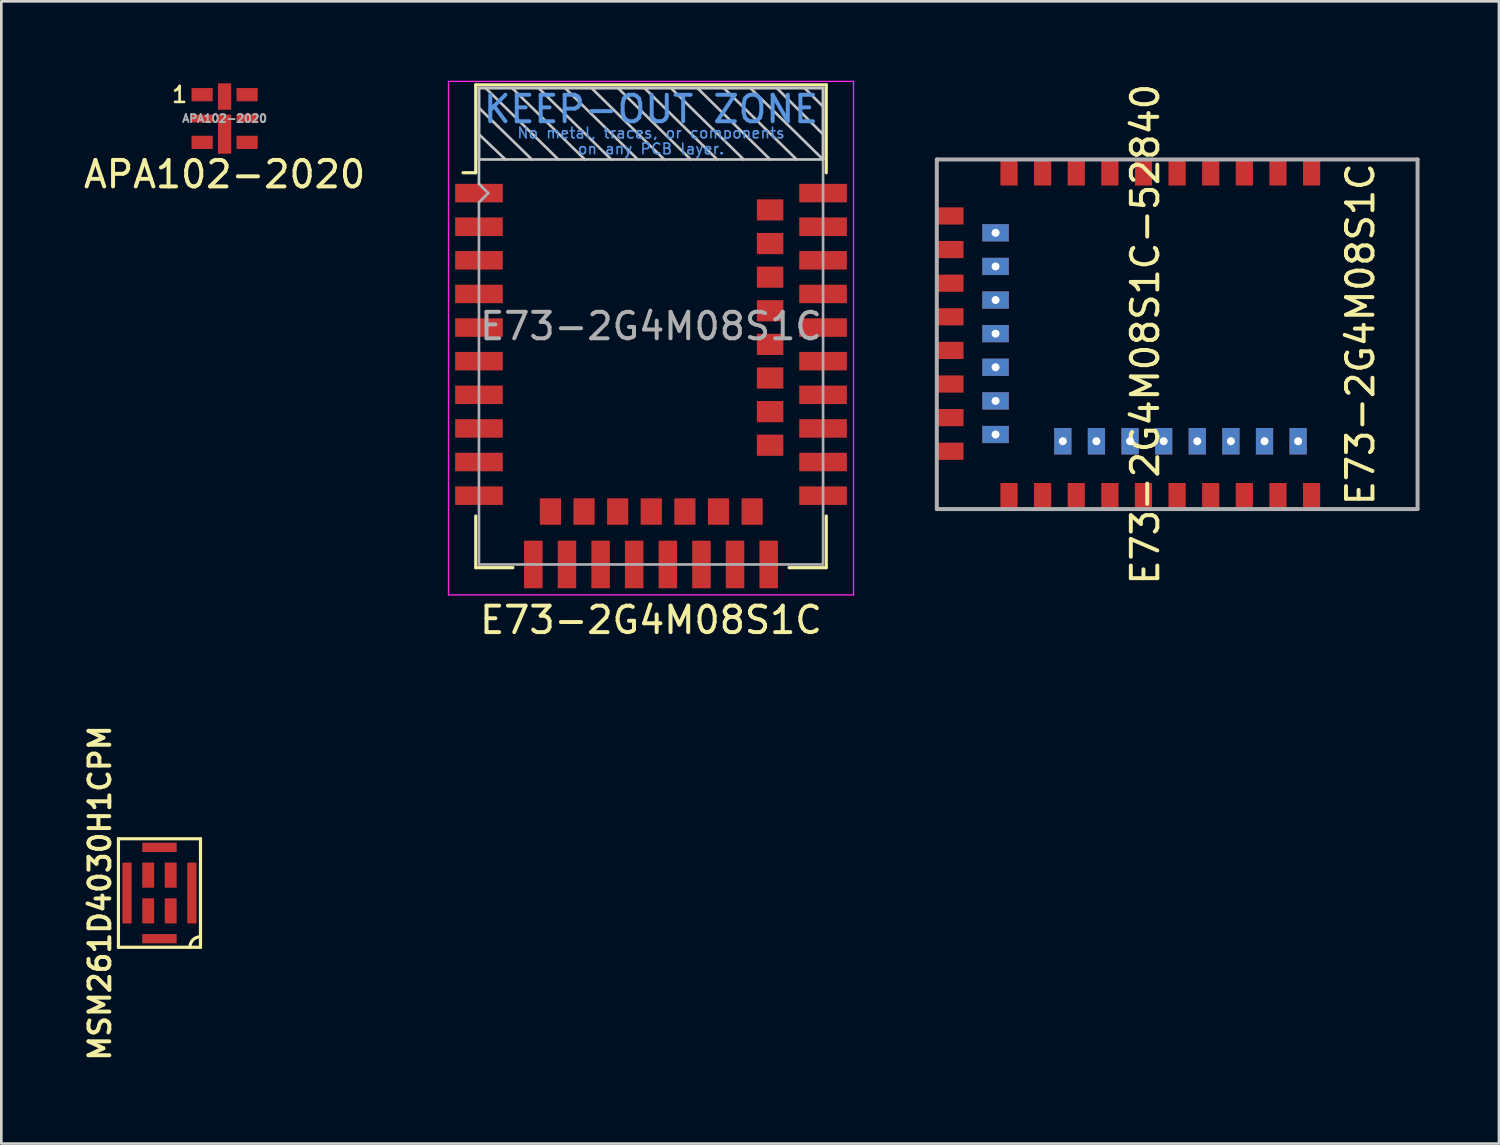
<source format=kicad_pcb>
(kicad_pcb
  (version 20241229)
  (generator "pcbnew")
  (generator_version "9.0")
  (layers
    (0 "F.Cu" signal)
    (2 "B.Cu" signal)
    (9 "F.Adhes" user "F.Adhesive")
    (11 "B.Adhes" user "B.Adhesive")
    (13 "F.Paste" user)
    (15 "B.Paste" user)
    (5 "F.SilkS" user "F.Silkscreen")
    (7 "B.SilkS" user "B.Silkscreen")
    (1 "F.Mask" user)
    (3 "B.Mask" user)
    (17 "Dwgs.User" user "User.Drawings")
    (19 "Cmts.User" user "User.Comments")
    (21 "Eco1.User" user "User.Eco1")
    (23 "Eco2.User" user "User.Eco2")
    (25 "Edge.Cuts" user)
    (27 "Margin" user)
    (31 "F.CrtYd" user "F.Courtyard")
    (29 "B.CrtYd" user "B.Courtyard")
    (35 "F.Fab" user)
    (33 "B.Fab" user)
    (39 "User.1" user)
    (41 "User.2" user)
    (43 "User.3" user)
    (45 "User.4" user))
  (footprint "E73-2G4M08S1C"
    (layer "F.Cu")
    (at 21.544 9.325)
    (property "Reference" "E73-2G4M08S1C" (at 0 11.05 0) (layer "F.SilkS") (effects (font (size 1 1) (thickness 0.15))))
    (attr smd)
    (fp_line (start -6.62 -9.17) (end -6.62 -5.85) (stroke (width 0.12) (type solid)) (layer "F.SilkS"))
    (fp_line (start -6.62 -5.85) (end -7.1 -5.85) (stroke (width 0.12) (type solid)) (layer "F.SilkS"))
    (fp_line (start -6.62 9.07) (end -6.62 7.12) (stroke (width 0.12) (type solid)) (layer "F.SilkS"))
    (fp_line (start -6.62 9.07) (end -5.215 9.07) (stroke (width 0.12) (type solid)) (layer "F.SilkS"))
    (fp_line (start 6.62 -9.17) (end -6.62 -9.17) (stroke (width 0.12) (type solid)) (layer "F.SilkS"))
    (fp_line (start 6.62 -9.17) (end 6.62 -5.85) (stroke (width 0.12) (type solid)) (layer "F.SilkS"))
    (fp_line (start 6.62 9.07) (end 5.215 9.07) (stroke (width 0.12) (type solid)) (layer "F.SilkS"))
    (fp_line (start 6.62 9.07) (end 6.62 7.12) (stroke (width 0.12) (type solid)) (layer "F.SilkS"))
    (fp_line (start -6.5 -9.05) (end 6.5 -9.05) (stroke (width 0.1) (type solid)) (layer "Dwgs.User"))
    (fp_line (start -6.5 -8.3) (end -4.5 -6.35) (stroke (width 0.1) (type solid)) (layer "Dwgs.User"))
    (fp_line (start -6.5 -5.43) (end -6.5 -9.05) (stroke (width 0.1) (type solid)) (layer "Dwgs.User"))
    (fp_line (start -5.5 -6.35) (end -6.5 -7.3) (stroke (width 0.1) (type solid)) (layer "Dwgs.User"))
    (fp_line (start -5.25 -9.05) (end -2.5 -6.35) (stroke (width 0.1) (type solid)) (layer "Dwgs.User"))
    (fp_line (start -3.5 -6.35) (end -6.25 -9.05) (stroke (width 0.1) (type solid)) (layer "Dwgs.User"))
    (fp_line (start -3.25 -9.05) (end -0.5 -6.35) (stroke (width 0.1) (type solid)) (layer "Dwgs.User"))
    (fp_line (start -1.5 -6.35) (end -4.25 -9.05) (stroke (width 0.1) (type solid)) (layer "Dwgs.User"))
    (fp_line (start -1.25 -9.05) (end 1.5 -6.35) (stroke (width 0.1) (type solid)) (layer "Dwgs.User"))
    (fp_line (start 0.5 -6.35) (end -2.25 -9.05) (stroke (width 0.1) (type solid)) (layer "Dwgs.User"))
    (fp_line (start 0.75 -9.05) (end 3.5 -6.35) (stroke (width 0.1) (type solid)) (layer "Dwgs.User"))
    (fp_line (start 2.5 -6.35) (end -0.25 -9.05) (stroke (width 0.1) (type solid)) (layer "Dwgs.User"))
    (fp_line (start 2.75 -9.05) (end 5.5 -6.35) (stroke (width 0.1) (type solid)) (layer "Dwgs.User"))
    (fp_line (start 4.5 -6.35) (end 1.75 -9.05) (stroke (width 0.1) (type solid)) (layer "Dwgs.User"))
    (fp_line (start 4.75 -9.05) (end 6.5 -7.3) (stroke (width 0.1) (type solid)) (layer "Dwgs.User"))
    (fp_line (start 5.8 -9.05) (end 6.5 -8.35) (stroke (width 0.1) (type solid)) (layer "Dwgs.User"))
    (fp_line (start 6.5 -9.05) (end 6.5 -6.35) (stroke (width 0.1) (type solid)) (layer "Dwgs.User"))
    (fp_line (start 6.5 -6.35) (end -6.5 -6.35) (stroke (width 0.1) (type solid)) (layer "Dwgs.User"))
    (fp_line (start 6.5 -6.35) (end 3.75 -9.05) (stroke (width 0.1) (type solid)) (layer "Dwgs.User"))
    (fp_line (start -7.65 -9.3) (end -7.65 10.1) (stroke (width 0.05) (type solid)) (layer "F.CrtYd"))
    (fp_line (start -7.65 10.1) (end 7.65 10.1) (stroke (width 0.05) (type solid)) (layer "F.CrtYd"))
    (fp_line (start 7.65 -9.3) (end -7.65 -9.3) (stroke (width 0.05) (type solid)) (layer "F.CrtYd"))
    (fp_line (start 7.65 10.1) (end 7.65 -9.3) (stroke (width 0.05) (type solid)) (layer "F.CrtYd"))
    (fp_line (start -6.5 -6.35) (end -6.5 -9.05) (stroke (width 0.1) (type solid)) (layer "F.Fab"))
    (fp_line (start -6.5 -5.43) (end -6.15 -5.08) (stroke (width 0.1) (type solid)) (layer "F.Fab"))
    (fp_line (start -6.5 -4.73) (end -6.5 8.95) (stroke (width 0.1) (type solid)) (layer "F.Fab"))
    (fp_line (start -6.5 8.95) (end 6.5 8.95) (stroke (width 0.1) (type solid)) (layer "F.Fab"))
    (fp_line (start -6.15 -5.08) (end -6.5 -4.73) (stroke (width 0.1) (type solid)) (layer "F.Fab"))
    (fp_line (start 6.5 -9.05) (end -6.5 -9.05) (stroke (width 0.1) (type solid)) (layer "F.Fab"))
    (fp_line (start 6.5 8.95) (end 6.5 -9.05) (stroke (width 0.1) (type solid)) (layer "F.Fab"))
    (fp_text user "KEEP-OUT ZONE" (at 0 -8.25 0) (layer "Cmts.User") (effects (font (size 1 1) (thickness 0.15))))
    (fp_text user "No metal, traces, or components" (at 0 -7.35 0) (layer "Cmts.User") (effects (font (size 0.4 0.4) (thickness 0.06))))
    (fp_text user "on any PCB layer." (at 0 -6.75 0) (layer "Cmts.User") (effects (font (size 0.4 0.4) (thickness 0.06))))
    (fp_text user "${REFERENCE}" (at 0 -0.05 0) (layer "F.Fab") (effects (font (size 1 1) (thickness 0.15))))
    (pad "1" smd rect (at -6.5 -5.08) (size 1.8 0.7) (layers "F.Cu" "F.Mask" "F.Paste"))
    (pad "2" smd rect (at -6.5 -3.81) (size 1.8 0.7) (layers "F.Cu" "F.Mask" "F.Paste"))
    (pad "3" smd rect (at -6.5 -2.54) (size 1.8 0.7) (layers "F.Cu" "F.Mask" "F.Paste"))
    (pad "4" smd rect (at -6.5 -1.27) (size 1.8 0.7) (layers "F.Cu" "F.Mask" "F.Paste"))
    (pad "5" smd rect (at -6.5 0) (size 1.8 0.7) (layers "F.Cu" "F.Mask" "F.Paste"))
    (pad "6" smd rect (at -6.5 1.27) (size 1.8 0.7) (layers "F.Cu" "F.Mask" "F.Paste"))
    (pad "7" smd rect (at -6.5 2.54) (size 1.8 0.7) (layers "F.Cu" "F.Mask" "F.Paste"))
    (pad "8" smd rect (at -6.5 3.81) (size 1.8 0.7) (layers "F.Cu" "F.Mask" "F.Paste"))
    (pad "9" smd rect (at -6.5 5.08) (size 1.8 0.7) (layers "F.Cu" "F.Mask" "F.Paste"))
    (pad "10" smd rect (at -6.5 6.35) (size 1.8 0.7) (layers "F.Cu" "F.Mask" "F.Paste"))
    (pad "11" smd rect (at -4.445 8.95) (size 0.7 1.8) (layers "F.Cu" "F.Mask" "F.Paste"))
    (pad "12" smd rect (at -3.8 6.95) (size 0.8 1) (layers "F.Cu" "F.Mask" "F.Paste"))
    (pad "13" smd rect (at -3.175 8.95) (size 0.7 1.8) (layers "F.Cu" "F.Mask" "F.Paste"))
    (pad "14" smd rect (at -2.53 6.95) (size 0.8 1) (layers "F.Cu" "F.Mask" "F.Paste"))
    (pad "15" smd rect (at -1.905 8.95) (size 0.7 1.8) (layers "F.Cu" "F.Mask" "F.Paste"))
    (pad "16" smd rect (at -1.26 6.95) (size 0.8 1) (layers "F.Cu" "F.Mask" "F.Paste"))
    (pad "17" smd rect (at -0.635 8.95) (size 0.7 1.8) (layers "F.Cu" "F.Mask" "F.Paste"))
    (pad "18" smd rect (at 0.01 6.95) (size 0.8 1) (layers "F.Cu" "F.Mask" "F.Paste"))
    (pad "19" smd rect (at 0.635 8.95) (size 0.7 1.8) (layers "F.Cu" "F.Mask" "F.Paste"))
    (pad "20" smd rect (at 1.28 6.95) (size 0.8 1) (layers "F.Cu" "F.Mask" "F.Paste"))
    (pad "21" smd rect (at 1.905 8.95) (size 0.7 1.8) (layers "F.Cu" "F.Mask" "F.Paste"))
    (pad "22" smd rect (at 2.55 6.95) (size 0.8 1) (layers "F.Cu" "F.Mask" "F.Paste"))
    (pad "23" smd rect (at 3.175 8.95) (size 0.7 1.8) (layers "F.Cu" "F.Mask" "F.Paste"))
    (pad "24" smd rect (at 3.82 6.95) (size 0.8 1) (layers "F.Cu" "F.Mask" "F.Paste"))
    (pad "25" smd rect (at 4.445 8.95) (size 0.7 1.8) (layers "F.Cu" "F.Mask" "F.Paste"))
    (pad "26" smd rect (at 6.5 6.35) (size 1.8 0.7) (layers "F.Cu" "F.Mask" "F.Paste"))
    (pad "27" smd rect (at 6.5 5.08) (size 1.8 0.7) (layers "F.Cu" "F.Mask" "F.Paste"))
    (pad "28" smd rect (at 4.5 4.445) (size 1 0.8) (layers "F.Cu" "F.Mask" "F.Paste"))
    (pad "29" smd rect (at 6.5 3.81) (size 1.8 0.7) (layers "F.Cu" "F.Mask" "F.Paste"))
    (pad "30" smd rect (at 4.5 3.175) (size 1 0.8) (layers "F.Cu" "F.Mask" "F.Paste"))
    (pad "31" smd rect (at 6.5 2.54) (size 1.8 0.7) (layers "F.Cu" "F.Mask" "F.Paste"))
    (pad "32" smd rect (at 4.5 1.905) (size 1 0.8) (layers "F.Cu" "F.Mask" "F.Paste"))
    (pad "33" smd rect (at 6.5 1.27) (size 1.8 0.7) (layers "F.Cu" "F.Mask" "F.Paste"))
    (pad "34" smd rect (at 4.5 0.635) (size 1 0.8) (layers "F.Cu" "F.Mask" "F.Paste"))
    (pad "35" smd rect (at 6.5 0) (size 1.8 0.7) (layers "F.Cu" "F.Mask" "F.Paste"))
    (pad "36" smd rect (at 4.5 -0.635) (size 1 0.8) (layers "F.Cu" "F.Mask" "F.Paste"))
    (pad "37" smd rect (at 6.5 -1.27) (size 1.8 0.7) (layers "F.Cu" "F.Mask" "F.Paste"))
    (pad "38" smd rect (at 4.5 -1.905) (size 1 0.8) (layers "F.Cu" "F.Mask" "F.Paste"))
    (pad "39" smd rect (at 6.5 -2.54) (size 1.8 0.7) (layers "F.Cu" "F.Mask" "F.Paste"))
    (pad "40" smd rect (at 4.5 -3.175) (size 1 0.8) (layers "F.Cu" "F.Mask" "F.Paste"))
    (pad "41" smd rect (at 6.5 -3.81) (size 1.8 0.7) (layers "F.Cu" "F.Mask" "F.Paste"))
    (pad "42" smd rect (at 4.5 -4.445) (size 1 0.8) (layers "F.Cu" "F.Mask" "F.Paste"))
    (pad "43" smd rect (at 6.5 -5.08) (size 1.8 0.7) (layers "F.Cu" "F.Mask" "F.Paste")))
  (footprint "E73-2G4M08S1C-52840"
    (layer "F.Cu")
    (at 32.469 9.578)
    (property "Reference" "E73-2G4M08S1C-52840" (at 7.747 -0.000467 270) (layer "F.SilkS") (effects (font (size 1 1) (thickness 0.15))))
    (attr through_hole)
    (fp_line (start -0.127 -6.604) (end -0.127 6.604) (stroke (width 0.15) (type solid)) (layer "F.Fab"))
    (fp_line (start -0.127 6.604) (end 18.034 6.604) (stroke (width 0.15) (type solid)) (layer "F.Fab"))
    (fp_line (start 18.034 -6.604) (end -0.127 -6.604) (stroke (width 0.15) (type solid)) (layer "F.Fab"))
    (fp_line (start 18.034 6.604) (end 18.034 -6.604) (stroke (width 0.15) (type solid)) (layer "F.Fab"))
    (fp_text user "E73-2G4M08S1C" (at 15.875 0 90) (layer "F.SilkS") (effects (font (size 1 1) (thickness 0.15))))
    (pad "1" smd rect (at 14.03 -6.119) (size 0.65 1) (layers "F.Cu" "F.Mask" "F.Paste"))
    (pad "2" smd rect (at 12.76 -6.119) (size 0.65 1) (layers "F.Cu" "F.Mask" "F.Paste"))
    (pad "3" smd rect (at 11.49 -6.119) (size 0.65 1) (layers "F.Cu" "F.Mask" "F.Paste"))
    (pad "4" smd rect (at 10.22 -6.119) (size 0.65 1) (layers "F.Cu" "F.Mask" "F.Paste"))
    (pad "5" smd rect (at 8.95 -6.119) (size 0.65 1) (layers "F.Cu" "F.Mask" "F.Paste"))
    (pad "6" smd rect (at 7.68 -6.119) (size 0.65 1) (layers "F.Cu" "F.Mask" "F.Paste"))
    (pad "7" smd rect (at 6.41 -6.119) (size 0.65 1) (layers "F.Cu" "F.Mask" "F.Paste"))
    (pad "8" smd rect (at 5.14 -6.119) (size 0.65 1) (layers "F.Cu" "F.Mask" "F.Paste"))
    (pad "9" smd rect (at 3.87 -6.119) (size 0.65 1) (layers "F.Cu" "F.Mask" "F.Paste"))
    (pad "10" smd rect (at 2.6 -6.119) (size 0.65 1) (layers "F.Cu" "F.Mask" "F.Paste"))
    (pad "11" smd rect (at 0.381 -4.47 90) (size 0.65 1) (layers "F.Cu" "F.Mask" "F.Paste"))
    (pad "12" thru_hole rect (at 2.092 -3.833 90) (size 0.65 1) (drill 0.3) (layers "*.Cu" "*.Mask"))
    (pad "13" smd rect (at 0.381 -3.2 90) (size 0.65 1) (layers "F.Cu" "F.Mask" "F.Paste"))
    (pad "14" thru_hole rect (at 2.092 -2.563 90) (size 0.65 1) (drill 0.3) (layers "*.Cu" "*.Mask"))
    (pad "15" smd rect (at 0.381 -1.93 90) (size 0.65 1) (layers "F.Cu" "F.Mask" "F.Paste"))
    (pad "16" thru_hole rect (at 2.092 -1.293 90) (size 0.65 1) (drill 0.3) (layers "*.Cu" "*.Mask"))
    (pad "17" smd rect (at 0.381 -0.66 90) (size 0.65 1) (layers "F.Cu" "F.Mask" "F.Paste"))
    (pad "18" thru_hole rect (at 2.092 -0.023 90) (size 0.65 1) (drill 0.3) (layers "*.Cu" "*.Mask"))
    (pad "19" smd rect (at 0.381 0.61 90) (size 0.65 1) (layers "F.Cu" "F.Mask" "F.Paste"))
    (pad "20" thru_hole rect (at 2.092 1.247 90) (size 0.65 1) (drill 0.3) (layers "*.Cu" "*.Mask"))
    (pad "21" smd rect (at 0.381 1.88 90) (size 0.65 1) (layers "F.Cu" "F.Mask" "F.Paste"))
    (pad "22" thru_hole rect (at 2.092 2.517 90) (size 0.65 1) (drill 0.3) (layers "*.Cu" "*.Mask"))
    (pad "23" smd rect (at 0.381 3.15 90) (size 0.65 1) (layers "F.Cu" "F.Mask" "F.Paste"))
    (pad "24" thru_hole rect (at 2.092 3.787 90) (size 0.65 1) (drill 0.3) (layers "*.Cu" "*.Mask"))
    (pad "25" smd rect (at 0.381 4.42 90) (size 0.65 1) (layers "F.Cu" "F.Mask" "F.Paste"))
    (pad "26" smd rect (at 2.6 6.119) (size 0.65 1) (layers "F.Cu" "F.Mask" "F.Paste"))
    (pad "27" smd rect (at 3.87 6.119) (size 0.65 1) (layers "F.Cu" "F.Mask" "F.Paste"))
    (pad "28" thru_hole rect (at 4.632 4.041) (size 0.65 1) (drill 0.3) (layers "*.Cu" "*.Mask"))
    (pad "29" smd rect (at 5.14 6.119) (size 0.65 1) (layers "F.Cu" "F.Mask" "F.Paste"))
    (pad "30" thru_hole rect (at 5.902 4.041) (size 0.65 1) (drill 0.3) (layers "*.Cu" "*.Mask"))
    (pad "31" smd rect (at 6.41 6.119) (size 0.65 1) (layers "F.Cu" "F.Mask" "F.Paste"))
    (pad "32" thru_hole rect (at 7.172 4.041) (size 0.65 1) (drill 0.3) (layers "*.Cu" "*.Mask"))
    (pad "33" smd rect (at 7.68 6.119) (size 0.65 1) (layers "F.Cu" "F.Mask" "F.Paste"))
    (pad "34" thru_hole rect (at 8.442 4.041) (size 0.65 1) (drill 0.3) (layers "*.Cu" "*.Mask"))
    (pad "35" smd rect (at 8.95 6.119) (size 0.65 1) (layers "F.Cu" "F.Mask" "F.Paste"))
    (pad "36" thru_hole rect (at 9.712 4.041) (size 0.65 1) (drill 0.3) (layers "*.Cu" "*.Mask"))
    (pad "37" smd rect (at 10.22 6.119) (size 0.65 1) (layers "F.Cu" "F.Mask" "F.Paste"))
    (pad "38" thru_hole rect (at 10.982 4.041) (size 0.65 1) (drill 0.3) (layers "*.Cu" "*.Mask"))
    (pad "39" smd rect (at 11.49 6.119) (size 0.65 1) (layers "F.Cu" "F.Mask" "F.Paste"))
    (pad "40" thru_hole rect (at 12.252 4.041) (size 0.65 1) (drill 0.3) (layers "*.Cu" "*.Mask"))
    (pad "41" smd rect (at 12.76 6.119) (size 0.65 1) (layers "F.Cu" "F.Mask" "F.Paste"))
    (pad "42" thru_hole rect (at 13.522 4.041) (size 0.65 1) (drill 0.3) (layers "*.Cu" "*.Mask"))
    (pad "43" smd rect (at 14.03 6.119) (size 0.65 1) (layers "F.Cu" "F.Mask" "F.Paste")))
  (footprint "MSM261D4030H1CPM"
    (layer "F.Cu")
    (at 2.974 30.687)
    (property "Reference" "MSM261D4030H1CPM" (at -2.25 0 90) (layer "F.SilkS") (effects (font (size 0.787 0.787) (thickness 0.15))))
    (attr through_hole)
    (fp_line (start -1.55 -2.05) (end -1.55 2.05) (stroke (width 0.12) (type solid)) (layer "F.SilkS"))
    (fp_line (start -1.55 -2.05) (end 1.55 -2.05) (stroke (width 0.12) (type solid)) (layer "F.SilkS"))
    (fp_line (start -1.55 2.05) (end 1.55 2.05) (stroke (width 0.12) (type solid)) (layer "F.SilkS"))
    (fp_line (start 1.55 -2.05) (end 1.55 2.05) (stroke (width 0.12) (type solid)) (layer "F.SilkS"))
    (fp_arc (start 1.15 2.05) (mid 1.267157 1.767157) (end 1.55 1.65) (stroke (width 0.12) (type solid)) (layer "F.SilkS"))
    (pad "1" smd rect (at 0.425 0.675) (size 0.45 0.95) (layers "F.Cu" "F.Mask" "F.Paste"))
    (pad "2" smd rect (at 0.425 -0.675) (size 0.45 0.95) (layers "F.Cu" "F.Mask" "F.Paste"))
    (pad "3" smd rect (at -0.425 -0.675) (size 0.45 0.95) (layers "F.Cu" "F.Mask" "F.Paste"))
    (pad "4" smd rect (at -0.425 0.675) (size 0.45 0.95) (layers "F.Cu" "F.Mask" "F.Paste"))
    (pad "5" smd rect (at 0 1.725 270) (size 0.35 1.3) (layers "F.Cu" "F.Mask" "F.Paste"))
    (pad "6" smd rect (at 1.225 0 180) (size 0.35 2.3) (layers "F.Cu" "F.Mask" "F.Paste"))
    (pad "7" smd rect (at 0 -1.725 270) (size 0.35 1.3) (layers "F.Cu" "F.Mask" "F.Paste"))
    (pad "8" smd rect (at -1.225 0) (size 0.35 2.3) (layers "F.Cu" "F.Mask" "F.Paste")))
  (footprint "APA102-2020"
    (layer "F.Cu")
    (at 5.435 1.427)
    (property "Reference" "APA102-2020" (at 0 2.11 0) (layer "F.SilkS") (effects (font (size 1 1) (thickness 0.15))))
    (attr smd)
    (fp_text user "1" (at -1.7 -0.9 0) (layer "F.SilkS") (effects (font (size 0.6 0.6) (thickness 0.1))))
    (fp_text user "${REFERENCE}" (at 0 0 0) (layer "F.Fab") (effects (font (size 0.3 0.3) (thickness 0.07))))
    (pad "1" smd rect (at -0.85 -0.9) (size 0.8 0.5) (layers "F.Cu" "F.Mask" "F.Paste"))
    (pad "1" smd rect (at 0 -0.83 90) (size 1 0.5) (layers "F.Cu" "F.Mask" "F.Paste"))
    (pad "2" smd rect (at -0.85 0) (size 0.8 0.3) (layers "F.Cu" "F.Mask" "F.Paste"))
    (pad "3" smd rect (at -0.85 0.9) (size 0.8 0.5) (layers "F.Cu" "F.Mask" "F.Paste"))
    (pad "4" smd rect (at 0.85 0.9) (size 0.8 0.5) (layers "F.Cu" "F.Mask" "F.Paste"))
    (pad "5" smd rect (at 0.85 0) (size 0.8 0.3) (layers "F.Cu" "F.Mask" "F.Paste"))
    (pad "6" smd rect (at 0 0.59 90) (size 1.48 0.5) (layers "F.Cu" "F.Mask" "F.Paste"))
    (pad "6" smd rect (at 0.85 -0.9) (size 0.8 0.5) (layers "F.Cu" "F.Mask" "F.Paste")))
  (gr_rect
    (start -3 -3)
    (end 53.578 40.152)
    (stroke (width 0.1) (type default))
    (fill no)
    (layer "Edge.Cuts")))
</source>
